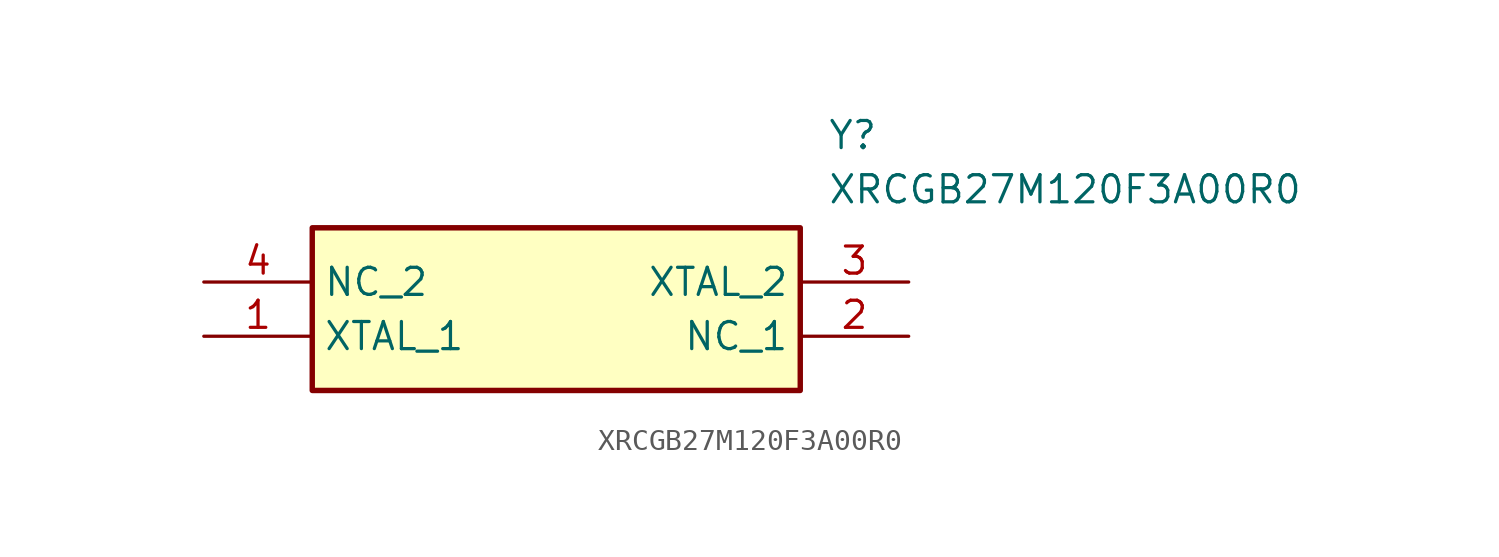
<source format=kicad_sym>
(kicad_symbol_lib
  (version 20211014)
  (generator SamacSys_ECAD_Model)
  (symbol "XRCGB27M120F3A00R0"
    (property "Reference" "Y"
      (at 29.21 7.62 0)
      (effects (font (size 1.27 1.27)) (justify left top)))
    (property "Value" "XRCGB27M120F3A00R0"
      (at 29.21 5.08 0)
      (effects (font (size 1.27 1.27)) (justify left top)))
    (rectangle
      (start 5.08 2.54)
      (end 27.94 -5.08)
      (stroke (width 0.254) (type default))
      (fill (type background)))
    (pin passive line
      (at 0 -2.54 0)
      (length 5.08)
      (name "XTAL_1" (effects (font (size 1.27 1.27))))
      (number "1" (effects (font (size 1.27 1.27)))))
    (pin passive line
      (at 33.02 -2.54 180)
      (length 5.08)
      (name "NC_1" (effects (font (size 1.27 1.27))))
      (number "2" (effects (font (size 1.27 1.27)))))
    (pin passive line
      (at 33.02 0 180)
      (length 5.08)
      (name "XTAL_2" (effects (font (size 1.27 1.27))))
      (number "3" (effects (font (size 1.27 1.27)))))
    (pin passive line
      (at 0 0 0)
      (length 5.08)
      (name "NC_2" (effects (font (size 1.27 1.27))))
      (number "4" (effects (font (size 1.27 1.27)))))))
</source>
